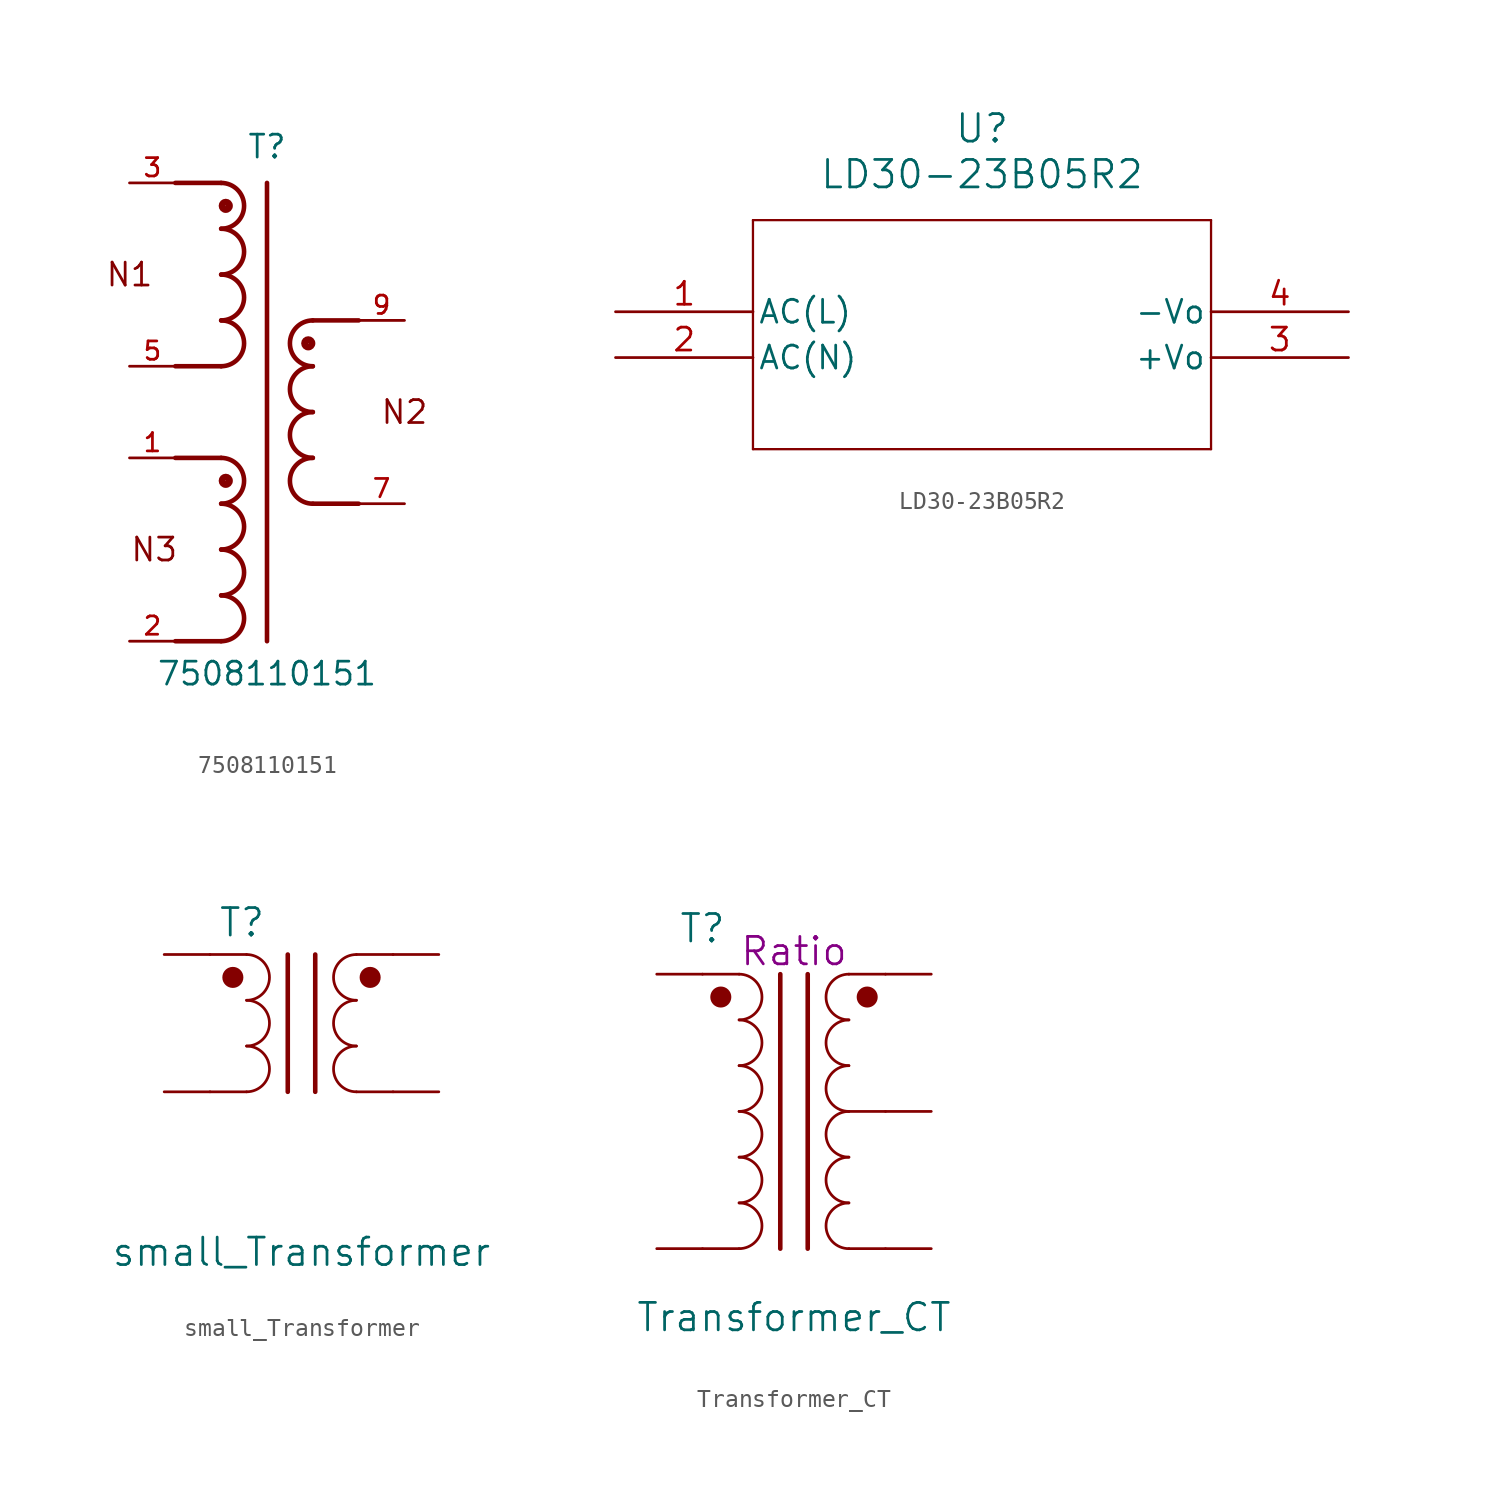
<source format=kicad_sym>
(kicad_symbol_lib
  (version 20241209)
  (generator "kicad_symbol_editor")
  (generator_version "9.0")
  (symbol "7508110151"
    (pin_names
      (offset 1.016))
    (property "Reference" "T"
      (at 0 13.97 0)
      (effects (font (size 1.27 1.27)) (justify bottom)))
    (property "Value" "7508110151"
      (at 0 -15.24 0)
      (effects (font (size 1.27 1.27)) (justify bottom)))
    (symbol "7508110151_0_0"
      (arc (start -2.54 12.7) (mid -1.2755 11.43) (end -2.54 10.16) (stroke (width 0.254) (type default)) (fill (type none)))
      (arc (start -2.54 10.16) (mid -1.2755 8.89) (end -2.54 7.62) (stroke (width 0.254) (type default)) (fill (type none)))
      (arc (start -2.54 7.62) (mid -1.2755 6.35) (end -2.54 5.08) (stroke (width 0.254) (type default)) (fill (type none)))
      (arc (start -2.54 5.08) (mid -1.2755 3.81) (end -2.54 2.54) (stroke (width 0.254) (type default)) (fill (type none)))
      (arc (start -2.54 -2.54) (mid -1.2755 -3.81) (end -2.54 -5.08) (stroke (width 0.254) (type default)) (fill (type none)))
      (arc (start -2.54 -5.08) (mid -1.2755 -6.35) (end -2.54 -7.62) (stroke (width 0.254) (type default)) (fill (type none)))
      (arc (start -2.54 -7.62) (mid -1.2755 -8.89) (end -2.54 -10.16) (stroke (width 0.254) (type default)) (fill (type none)))
      (arc (start -2.54 -10.16) (mid -1.2755 -11.43) (end -2.54 -12.7) (stroke (width 0.254) (type default)) (fill (type none)))
      (polyline (pts (xy -2.54 12.7) (xy -5.08 12.7)) (stroke (width 0.254) (type default)) (fill (type none)))
      (polyline (pts (xy -2.54 2.54) (xy -5.08 2.54)) (stroke (width 0.254) (type default)) (fill (type none)))
      (polyline (pts (xy -2.54 -2.54) (xy -5.08 -2.54)) (stroke (width 0.254) (type default)) (fill (type none)))
      (polyline (pts (xy -2.54 -12.7) (xy -5.08 -12.7)) (stroke (width 0.254) (type default)) (fill (type none)))
      (circle (center -2.286 11.43) (radius 0.203) (stroke (width 0.381) (type default)) (fill (type none)))
      (circle (center -2.286 -3.81) (radius 0.203) (stroke (width 0.381) (type default)) (fill (type none)))
      (polyline (pts (xy 0 12.7) (xy 0 -12.7)) (stroke (width 0.254) (type default)) (fill (type none)))
      (circle (center 2.286 3.81) (radius 0.203) (stroke (width 0.381) (type default)) (fill (type none)))
      (polyline (pts (xy 2.54 5.08) (xy 5.08 5.08)) (stroke (width 0.254) (type default)) (fill (type none)))
      (polyline (pts (xy 2.54 -5.08) (xy 5.08 -5.08)) (stroke (width 0.254) (type default)) (fill (type none)))
      (arc (start 2.54 2.54) (mid 1.2755 3.81) (end 2.54 5.08) (stroke (width 0.254) (type default)) (fill (type none)))
      (arc (start 2.54 0) (mid 1.2755 1.27) (end 2.54 2.54) (stroke (width 0.254) (type default)) (fill (type none)))
      (arc (start 2.54 -2.54) (mid 1.2755 -1.27) (end 2.54 0) (stroke (width 0.254) (type default)) (fill (type none)))
      (arc (start 2.54 -5.08) (mid 1.2755 -3.81) (end 2.54 -2.54) (stroke (width 0.254) (type default)) (fill (type none)))
      (text "N1" (at -7.62 7.62 0) (effects (font (size 1.27 1.27))))
      (text "N3" (at -7.62 -7.62 0) (effects (font (size 1.27 1.27)) (justify left)))
      (text "N2" (at 7.62 0 0) (effects (font (size 1.27 1.27))))
      (pin passive line (at -7.62 12.7 0) (length 2.54) (name "~" (effects (font (size 1.016 1.016)))) (number "3" (effects (font (size 1.016 1.016)))))
      (pin passive line (at -7.62 2.54 0) (length 2.54) (name "~" (effects (font (size 1.016 1.016)))) (number "5" (effects (font (size 1.016 1.016)))))
      (pin passive line (at -7.62 -2.54 0) (length 2.54) (name "~" (effects (font (size 1.016 1.016)))) (number "1" (effects (font (size 1.016 1.016)))))
      (pin passive line (at -7.62 -12.7 0) (length 2.54) (name "~" (effects (font (size 1.016 1.016)))) (number "2" (effects (font (size 1.016 1.016)))))
      (pin passive line (at 7.62 5.08 180) (length 2.54) (name "~" (effects (font (size 1.016 1.016)))) (number "9" (effects (font (size 1.016 1.016)))))
      (pin passive line (at 7.62 -5.08 180) (length 2.54) (name "~" (effects (font (size 1.016 1.016)))) (number "7" (effects (font (size 1.016 1.016)))))))
  (symbol "LD30-23B05R2"
    (pin_names
      (offset 0.254))
    (property "Reference" "U"
      (at 20.32 10.16 0)
      (effects (font (size 1.524 1.524))))
    (property "Value" "LD30-23B05R2"
      (at 20.32 7.62 0)
      (effects (font (size 1.524 1.524))))
    (symbol "LD30-23B05R2_0_1"
      (polyline (pts (xy 7.62 5.08) (xy 7.62 -7.62)) (stroke (width 0.127) (type default)) (fill (type none)))
      (polyline (pts (xy 7.62 -7.62) (xy 33.02 -7.62)) (stroke (width 0.127) (type default)) (fill (type none)))
      (polyline (pts (xy 33.02 5.08) (xy 7.62 5.08)) (stroke (width 0.127) (type default)) (fill (type none)))
      (polyline (pts (xy 33.02 -7.62) (xy 33.02 5.08)) (stroke (width 0.127) (type default)) (fill (type none)))
      (pin unspecified line (at 0 0 0) (length 7.62) (name "AC(L)" (effects (font (size 1.27 1.27)))) (number "1" (effects (font (size 1.27 1.27)))))
      (pin unspecified line (at 0 -2.54 0) (length 7.62) (name "AC(N)" (effects (font (size 1.27 1.27)))) (number "2" (effects (font (size 1.27 1.27)))))
      (pin power_in line (at 40.64 0 180) (length 7.62) (name "-Vo" (effects (font (size 1.27 1.27)))) (number "4" (effects (font (size 1.27 1.27)))))
      (pin power_in line (at 40.64 -2.54 180) (length 7.62) (name "+Vo" (effects (font (size 1.27 1.27)))) (number "3" (effects (font (size 1.27 1.27)))))))
  (symbol "small_Transformer"
    (pin_numbers
      (hide yes))
    (pin_names
      (offset 0)
      (hide yes))
    (property "Reference" "T"
      (at -3.302 6.858 0)
      (effects (font (size 1.524 1.524))))
    (property "Value" "small_Transformer"
      (at 0 -11.43 0)
      (effects (font (size 1.524 1.524))))
    (symbol "small_Transformer_0_1"
      (polyline (pts (xy -5.08 5.08) (xy -3.048 5.08)) (stroke (width 0) (type default)) (fill (type none)))
      (polyline (pts (xy -5.08 -2.54) (xy -3.048 -2.54)) (stroke (width 0) (type default)) (fill (type none)))
      (circle (center -3.81 3.81) (radius 0.508) (stroke (width 0) (type default)) (fill (type outline)))
      (arc (start -3.048 5.08) (mid -1.7835 3.81) (end -3.048 2.54) (stroke (width 0) (type default)) (fill (type none)))
      (arc (start -3.048 2.54) (mid -1.7835 1.27) (end -3.048 0) (stroke (width 0) (type default)) (fill (type none)))
      (arc (start -3.048 0) (mid -1.7835 -1.27) (end -3.048 -2.54) (stroke (width 0) (type default)) (fill (type none)))
      (polyline (pts (xy -0.762 5.08) (xy -0.762 -2.54)) (stroke (width 0.254) (type default)) (fill (type none)))
      (polyline (pts (xy 0.762 5.08) (xy 0.762 -2.54)) (stroke (width 0.254) (type default)) (fill (type none)))
      (polyline (pts (xy 3.048 5.08) (xy 5.08 5.08)) (stroke (width 0) (type default)) (fill (type none)))
      (polyline (pts (xy 3.048 -2.54) (xy 5.08 -2.54)) (stroke (width 0) (type default)) (fill (type none)))
      (arc (start 3.048 2.54) (mid 1.7835 3.81) (end 3.048 5.08) (stroke (width 0) (type default)) (fill (type none)))
      (arc (start 3.048 0) (mid 1.7835 1.27) (end 3.048 2.54) (stroke (width 0) (type default)) (fill (type none)))
      (arc (start 3.048 -2.54) (mid 1.7835 -1.27) (end 3.048 0) (stroke (width 0) (type default)) (fill (type none)))
      (circle (center 3.81 3.81) (radius 0.508) (stroke (width 0) (type default)) (fill (type outline))))
    (symbol "small_Transformer_1_1"
      (pin input line (at -7.62 5.08 0) (length 2.54) (name "~" (effects (font (size 1.27 1.27)))) (number "~" (effects (font (size 1.27 1.27)))))
      (pin input line (at -7.62 -2.54 0) (length 2.54) (name "~" (effects (font (size 1.27 1.27)))) (number "~" (effects (font (size 1.27 1.27)))))
      (pin input line (at 7.62 5.08 180) (length 2.54) (name "~" (effects (font (size 1.27 1.27)))) (number "~" (effects (font (size 1.27 1.27)))))
      (pin input line (at 7.62 -2.54 180) (length 2.54) (name "~" (effects (font (size 1.27 1.27)))) (number "~" (effects (font (size 1.27 1.27)))))))
  (symbol "Transformer_CT"
    (pin_numbers
      (hide yes))
    (pin_names
      (offset 0)
      (hide yes))
    (property "Reference" "T"
      (at -5.08 10.16 0)
      (effects (font (size 1.524 1.524))))
    (property "Value" "Transformer_CT"
      (at 0 -11.43 0)
      (effects (font (size 1.524 1.524))))
    (property "Ratio" "Ratio"
      (at 0 8.89 0)
      (effects (font (size 1.524 1.524))))
    (symbol "Transformer_CT_0_1"
      (polyline (pts (xy -5.08 7.62) (xy -3.048 7.62)) (stroke (width 0) (type default)) (fill (type none)))
      (polyline (pts (xy -5.08 -7.62) (xy -3.048 -7.62)) (stroke (width 0) (type default)) (fill (type none)))
      (circle (center -4.064 6.35) (radius 0.508) (stroke (width 0) (type default)) (fill (type outline)))
      (arc (start -3.048 7.62) (mid -1.7835 6.35) (end -3.048 5.08) (stroke (width 0) (type default)) (fill (type none)))
      (arc (start -3.048 5.08) (mid -1.7835 3.81) (end -3.048 2.54) (stroke (width 0) (type default)) (fill (type none)))
      (arc (start -3.048 2.54) (mid -1.7835 1.27) (end -3.048 0) (stroke (width 0) (type default)) (fill (type none)))
      (arc (start -3.048 0) (mid -1.7835 -1.27) (end -3.048 -2.54) (stroke (width 0) (type default)) (fill (type none)))
      (arc (start -3.048 -2.54) (mid -1.7835 -3.81) (end -3.048 -5.08) (stroke (width 0) (type default)) (fill (type none)))
      (arc (start -3.048 -5.08) (mid -1.7835 -6.35) (end -3.048 -7.62) (stroke (width 0) (type default)) (fill (type none)))
      (polyline (pts (xy -0.762 7.62) (xy -0.762 -7.62)) (stroke (width 0.254) (type default)) (fill (type none)))
      (polyline (pts (xy 0.762 7.62) (xy 0.762 -7.62)) (stroke (width 0.254) (type default)) (fill (type none)))
      (polyline (pts (xy 3.048 7.62) (xy 5.08 7.62)) (stroke (width 0) (type default)) (fill (type none)))
      (polyline (pts (xy 3.048 -7.62) (xy 5.08 -7.62)) (stroke (width 0) (type default)) (fill (type none)))
      (arc (start 3.048 5.08) (mid 1.7835 6.35) (end 3.048 7.62) (stroke (width 0) (type default)) (fill (type none)))
      (arc (start 3.048 2.54) (mid 1.7835 3.81) (end 3.048 5.08) (stroke (width 0) (type default)) (fill (type none)))
      (arc (start 3.048 0) (mid 1.7835 1.27) (end 3.048 2.54) (stroke (width 0) (type default)) (fill (type none)))
      (arc (start 3.048 -2.54) (mid 1.7835 -1.27) (end 3.048 0) (stroke (width 0) (type default)) (fill (type none)))
      (arc (start 3.048 -5.08) (mid 1.7835 -3.81) (end 3.048 -2.54) (stroke (width 0) (type default)) (fill (type none)))
      (arc (start 3.048 -7.62) (mid 1.7835 -6.35) (end 3.048 -5.08) (stroke (width 0) (type default)) (fill (type none)))
      (circle (center 4.064 6.35) (radius 0.508) (stroke (width 0) (type default)) (fill (type outline)))
      (polyline (pts (xy 5.08 0) (xy 3.048 0) (xy 3.302 0) (xy 3.048 0)) (stroke (width 0) (type default)) (fill (type none))))
    (symbol "Transformer_CT_1_1"
      (pin input line (at -7.62 7.62 0) (length 2.54) (name "~" (effects (font (size 1.27 1.27)))) (number "~" (effects (font (size 1.27 1.27)))))
      (pin input line (at -7.62 -7.62 0) (length 2.54) (name "~" (effects (font (size 1.27 1.27)))) (number "~" (effects (font (size 1.27 1.27)))))
      (pin input line (at 7.62 7.62 180) (length 2.54) (name "~" (effects (font (size 1.27 1.27)))) (number "~" (effects (font (size 1.27 1.27)))))
      (pin input line (at 7.62 0 180) (length 2.54) (name "~" (effects (font (size 1.27 1.27)))) (number "~" (effects (font (size 1.27 1.27)))))
      (pin input line (at 7.62 -7.62 180) (length 2.54) (name "~" (effects (font (size 1.27 1.27)))) (number "~" (effects (font (size 1.27 1.27))))))))
</source>
